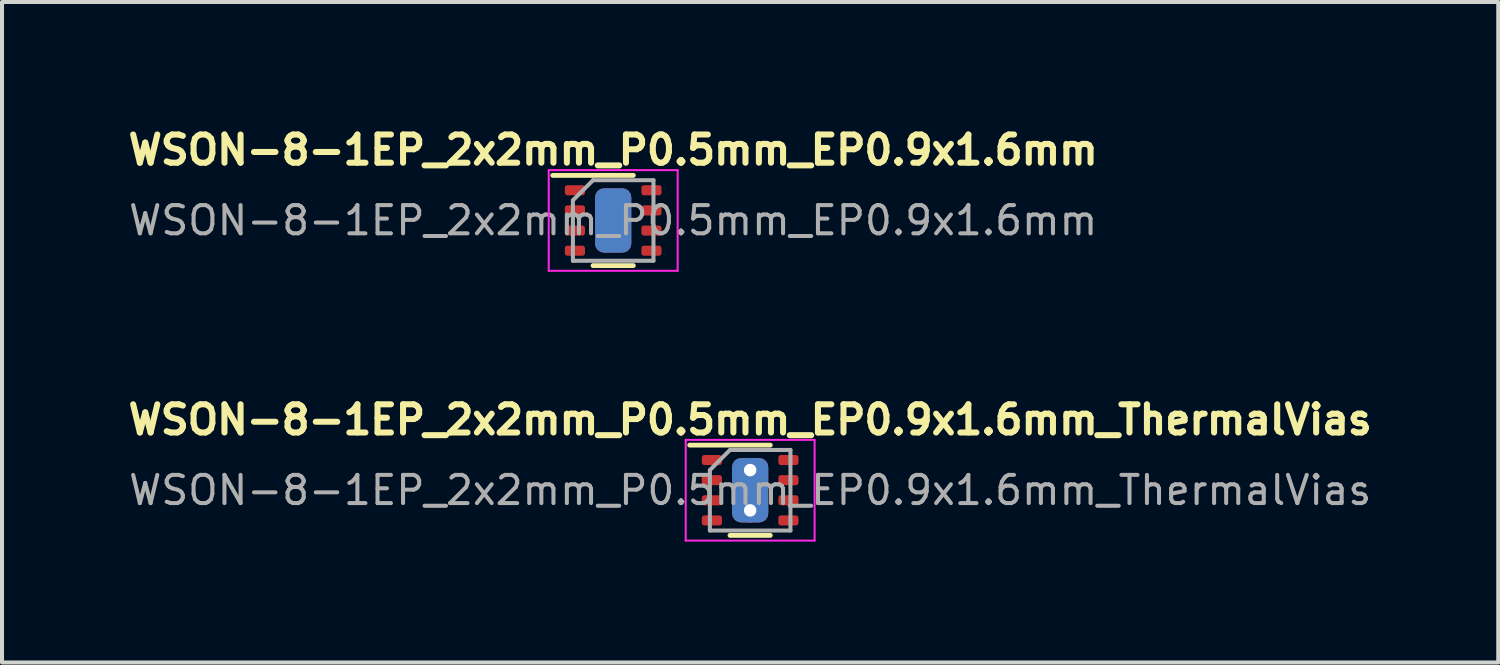
<source format=kicad_pcb>
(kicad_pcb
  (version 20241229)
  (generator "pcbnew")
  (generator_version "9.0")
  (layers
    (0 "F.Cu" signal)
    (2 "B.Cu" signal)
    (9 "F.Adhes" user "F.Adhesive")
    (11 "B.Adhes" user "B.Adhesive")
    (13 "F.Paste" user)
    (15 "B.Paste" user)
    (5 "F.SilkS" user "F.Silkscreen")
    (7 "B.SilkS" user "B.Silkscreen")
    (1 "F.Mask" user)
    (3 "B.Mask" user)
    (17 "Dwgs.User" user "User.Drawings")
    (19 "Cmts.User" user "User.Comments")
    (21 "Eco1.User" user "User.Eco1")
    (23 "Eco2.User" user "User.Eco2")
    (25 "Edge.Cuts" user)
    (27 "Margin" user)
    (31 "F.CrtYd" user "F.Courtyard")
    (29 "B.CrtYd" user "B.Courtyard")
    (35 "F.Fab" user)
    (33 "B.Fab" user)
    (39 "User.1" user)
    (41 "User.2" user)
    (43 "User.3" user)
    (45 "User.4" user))
  (footprint "WSON-8-1EP_2x2mm_P0.5mm_EP0.9x1.6mm_ThermalVias"
    (layer "F.Cu")
    (at 15.572 9.12)
    (property "Reference" "WSON-8-1EP_2x2mm_P0.5mm_EP0.9x1.6mm_ThermalVias" (at 0 -1.75 0) (layer "F.SilkS") (effects (font (size 0.7 0.7) (thickness 0.15))))
    (attr smd)
    (fp_line (start -1.5 -1.12) (end 0.5 -1.12) (stroke (width 0.12) (type solid)) (layer "F.SilkS"))
    (fp_line (start 0.5 1.12) (end -0.5 1.12) (stroke (width 0.12) (type solid)) (layer "F.SilkS"))
    (fp_line (start -1.6 -1.25) (end -1.6 1.25) (stroke (width 0.05) (type solid)) (layer "F.CrtYd"))
    (fp_line (start -1.6 -1.25) (end 1.6 -1.25) (stroke (width 0.05) (type solid)) (layer "F.CrtYd"))
    (fp_line (start -1.6 1.25) (end 1.6 1.25) (stroke (width 0.05) (type solid)) (layer "F.CrtYd"))
    (fp_line (start 1.6 -1.25) (end 1.6 1.25) (stroke (width 0.05) (type solid)) (layer "F.CrtYd"))
    (fp_line (start -1 1) (end -1 -0.5) (stroke (width 0.1) (type solid)) (layer "F.Fab"))
    (fp_line (start -0.5 -1) (end -1 -0.5) (stroke (width 0.1) (type solid)) (layer "F.Fab"))
    (fp_line (start -0.5 -1) (end 1 -1) (stroke (width 0.1) (type solid)) (layer "F.Fab"))
    (fp_line (start 1 -1) (end 1 1) (stroke (width 0.1) (type solid)) (layer "F.Fab"))
    (fp_line (start 1 1) (end -1 1) (stroke (width 0.1) (type solid)) (layer "F.Fab"))
    (fp_text user "${REFERENCE}" (at 0 0 0) (layer "F.Fab") (effects (font (size 0.7 0.7) (thickness 0.1))))
    (pad "" smd roundrect (at 0 -0.4) (size 0.75 0.65) (layers "F.Paste") (roundrect_rratio 0.25))
    (pad "" smd roundrect (at 0 0.4) (size 0.75 0.65) (layers "F.Paste") (roundrect_rratio 0.25))
    (pad "1" smd roundrect (at -0.95 -0.75) (size 0.5 0.25) (layers "F.Cu" "F.Mask" "F.Paste") (roundrect_rratio 0.25))
    (pad "2" smd roundrect (at -0.95 -0.25) (size 0.5 0.25) (layers "F.Cu" "F.Mask" "F.Paste") (roundrect_rratio 0.25))
    (pad "3" smd roundrect (at -0.95 0.25) (size 0.5 0.25) (layers "F.Cu" "F.Mask" "F.Paste") (roundrect_rratio 0.25))
    (pad "4" smd roundrect (at -0.95 0.75) (size 0.5 0.25) (layers "F.Cu" "F.Mask" "F.Paste") (roundrect_rratio 0.25))
    (pad "5" smd roundrect (at 0.95 0.75) (size 0.5 0.25) (layers "F.Cu" "F.Mask" "F.Paste") (roundrect_rratio 0.25))
    (pad "6" smd roundrect (at 0.95 0.25) (size 0.5 0.25) (layers "F.Cu" "F.Mask" "F.Paste") (roundrect_rratio 0.25))
    (pad "7" smd roundrect (at 0.95 -0.25) (size 0.5 0.25) (layers "F.Cu" "F.Mask" "F.Paste") (roundrect_rratio 0.25))
    (pad "8" smd roundrect (at 0.95 -0.75) (size 0.5 0.25) (layers "F.Cu" "F.Mask" "F.Paste") (roundrect_rratio 0.25))
    (pad "9" thru_hole circle (at 0 -0.5) (size 0.6 0.6) (drill 0.31) (layers "*.Cu"))
    (pad "9" smd roundrect (at 0 0) (size 0.9 1.6) (layers "F.Cu" "F.Mask") (roundrect_rratio 0.25))
    (pad "9" smd roundrect (at 0 0) (size 0.9 1.6) (layers "B.Cu") (roundrect_rratio 0.25))
    (pad "9" thru_hole circle (at 0 0.5) (size 0.6 0.6) (drill 0.31) (layers "*.Cu")))
  (footprint "WSON-8-1EP_2x2mm_P0.5mm_EP0.9x1.6mm"
    (layer "F.Cu")
    (at 12.172 2.423)
    (property "Reference" "WSON-8-1EP_2x2mm_P0.5mm_EP0.9x1.6mm" (at 0 -1.75 0) (layer "F.SilkS") (effects (font (size 0.7 0.7) (thickness 0.15))))
    (attr smd)
    (fp_line (start -1.5 -1.12) (end 0.5 -1.12) (stroke (width 0.12) (type solid)) (layer "F.SilkS"))
    (fp_line (start 0.5 1.12) (end -0.5 1.12) (stroke (width 0.12) (type solid)) (layer "F.SilkS"))
    (fp_line (start -1.6 -1.25) (end -1.6 1.25) (stroke (width 0.05) (type solid)) (layer "F.CrtYd"))
    (fp_line (start -1.6 -1.25) (end 1.6 -1.25) (stroke (width 0.05) (type solid)) (layer "F.CrtYd"))
    (fp_line (start -1.6 1.25) (end 1.6 1.25) (stroke (width 0.05) (type solid)) (layer "F.CrtYd"))
    (fp_line (start 1.6 -1.25) (end 1.6 1.25) (stroke (width 0.05) (type solid)) (layer "F.CrtYd"))
    (fp_line (start -1 1) (end -1 -0.5) (stroke (width 0.1) (type solid)) (layer "F.Fab"))
    (fp_line (start -0.5 -1) (end -1 -0.5) (stroke (width 0.1) (type solid)) (layer "F.Fab"))
    (fp_line (start -0.5 -1) (end 1 -1) (stroke (width 0.1) (type solid)) (layer "F.Fab"))
    (fp_line (start 1 -1) (end 1 1) (stroke (width 0.1) (type solid)) (layer "F.Fab"))
    (fp_line (start 1 1) (end -1 1) (stroke (width 0.1) (type solid)) (layer "F.Fab"))
    (fp_text user "${REFERENCE}" (at 0 0 0) (layer "F.Fab") (effects (font (size 0.7 0.7) (thickness 0.1))))
    (pad "" smd roundrect (at 0 -0.4) (size 0.75 0.65) (layers "F.Paste") (roundrect_rratio 0.25))
    (pad "" smd roundrect (at 0 0.4) (size 0.75 0.65) (layers "F.Paste") (roundrect_rratio 0.25))
    (pad "1" smd roundrect (at -0.95 -0.75) (size 0.5 0.25) (layers "F.Cu" "F.Mask" "F.Paste") (roundrect_rratio 0.25))
    (pad "2" smd roundrect (at -0.95 -0.25) (size 0.5 0.25) (layers "F.Cu" "F.Mask" "F.Paste") (roundrect_rratio 0.25))
    (pad "3" smd roundrect (at -0.95 0.25) (size 0.5 0.25) (layers "F.Cu" "F.Mask" "F.Paste") (roundrect_rratio 0.25))
    (pad "4" smd roundrect (at -0.95 0.75) (size 0.5 0.25) (layers "F.Cu" "F.Mask" "F.Paste") (roundrect_rratio 0.25))
    (pad "5" smd roundrect (at 0.95 0.75) (size 0.5 0.25) (layers "F.Cu" "F.Mask" "F.Paste") (roundrect_rratio 0.25))
    (pad "6" smd roundrect (at 0.95 0.25) (size 0.5 0.25) (layers "F.Cu" "F.Mask" "F.Paste") (roundrect_rratio 0.25))
    (pad "7" smd roundrect (at 0.95 -0.25) (size 0.5 0.25) (layers "F.Cu" "F.Mask" "F.Paste") (roundrect_rratio 0.25))
    (pad "8" smd roundrect (at 0.95 -0.75) (size 0.5 0.25) (layers "F.Cu" "F.Mask" "F.Paste") (roundrect_rratio 0.25))
    (pad "9" smd roundrect (at 0 0) (size 0.9 1.6) (layers "F.Cu" "F.Mask") (roundrect_rratio 0.25))
    (pad "9" smd roundrect (at 0 0) (size 0.9 1.6) (layers "B.Cu") (roundrect_rratio 0.25)))
  (gr_rect
    (start -3 -3)
    (end 34.143 13.396)
    (stroke (width 0.1) (type default))
    (fill no)
    (layer "Edge.Cuts")))
</source>
